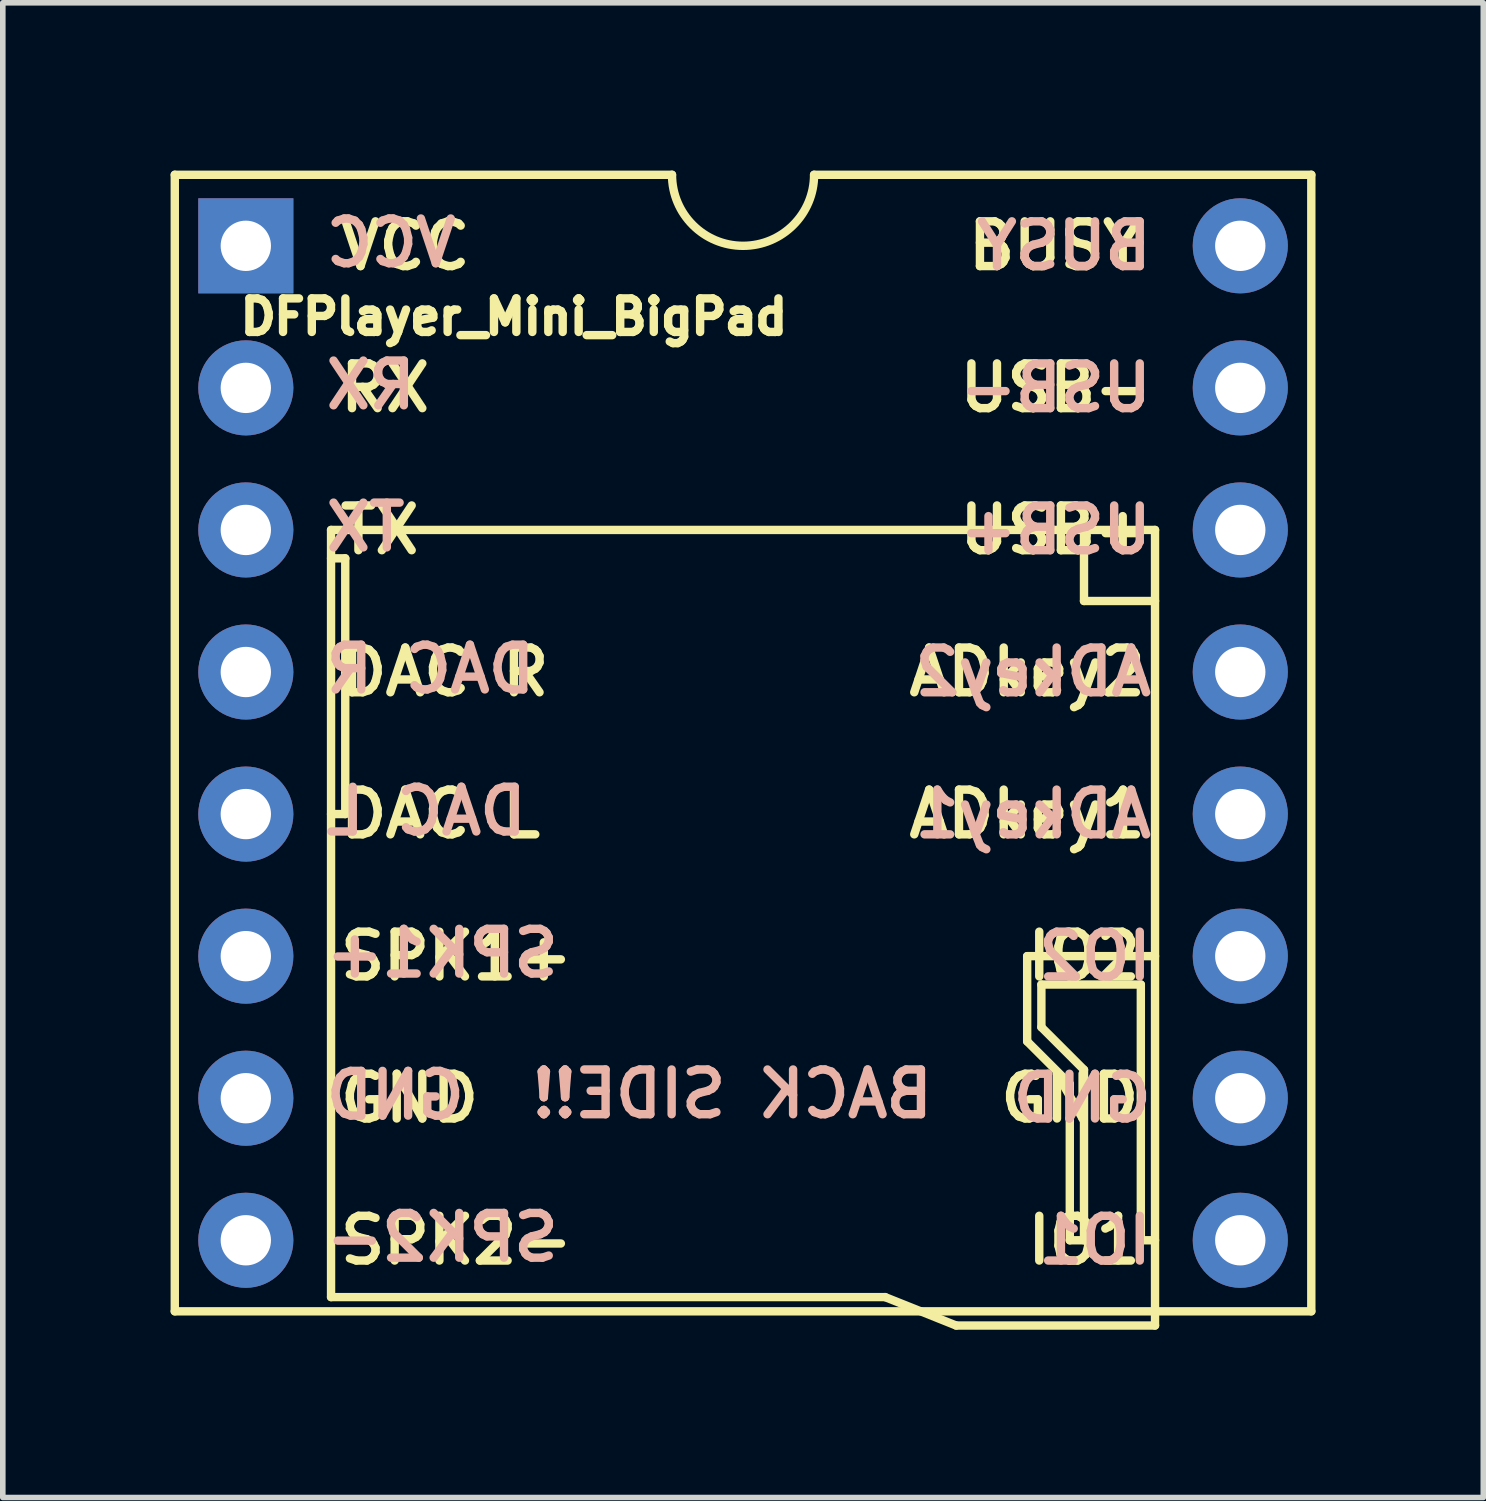
<source format=kicad_pcb>
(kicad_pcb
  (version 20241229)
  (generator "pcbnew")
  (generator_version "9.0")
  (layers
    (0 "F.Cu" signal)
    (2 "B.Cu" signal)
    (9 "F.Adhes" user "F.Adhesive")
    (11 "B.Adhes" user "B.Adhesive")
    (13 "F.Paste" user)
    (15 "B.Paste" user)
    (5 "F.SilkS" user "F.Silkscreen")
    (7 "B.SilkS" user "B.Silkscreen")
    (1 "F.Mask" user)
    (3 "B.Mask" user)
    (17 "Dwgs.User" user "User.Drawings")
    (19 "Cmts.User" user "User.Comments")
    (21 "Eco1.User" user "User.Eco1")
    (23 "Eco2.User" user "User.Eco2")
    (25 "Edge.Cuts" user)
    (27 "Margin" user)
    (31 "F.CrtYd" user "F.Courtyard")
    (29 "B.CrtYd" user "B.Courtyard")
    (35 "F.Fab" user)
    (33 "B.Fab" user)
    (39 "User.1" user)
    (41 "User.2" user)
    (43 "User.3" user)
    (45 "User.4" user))
  (footprint "DFPlayer_Mini_BigPad"
    (layer "F.Cu")
    (at 10.235 11.505)
    (property "Reference" "DFPlayer_Mini_BigPad" (at -4.096 -8.89 0) (layer "F.SilkS") (effects (font (size 0.6 0.6) (thickness 0.15))))
    (attr through_hole)
    (fp_line (start -10.16 8.89) (end -10.16 -11.43) (stroke (width 0.15) (type solid)) (layer "F.SilkS"))
    (fp_line (start -10.16 8.89) (end 10.16 8.89) (stroke (width 0.15) (type solid)) (layer "F.SilkS"))
    (fp_line (start -7.366 -5.08) (end -7.366 8.636) (stroke (width 0.15) (type solid)) (layer "F.SilkS"))
    (fp_line (start -7.366 -5.08) (end 7.366 -5.08) (stroke (width 0.15) (type solid)) (layer "F.SilkS"))
    (fp_line (start -7.366 -4.572) (end -7.112 -4.572) (stroke (width 0.15) (type solid)) (layer "F.SilkS"))
    (fp_line (start -7.366 8.636) (end 2.54 8.636) (stroke (width 0.15) (type solid)) (layer "F.SilkS"))
    (fp_line (start -7.112 -4.572) (end -7.112 0) (stroke (width 0.15) (type solid)) (layer "F.SilkS"))
    (fp_line (start -7.112 0) (end -7.366 0) (stroke (width 0.15) (type solid)) (layer "F.SilkS"))
    (fp_line (start -1.27 -11.43) (end -10.16 -11.43) (stroke (width 0.15) (type solid)) (layer "F.SilkS"))
    (fp_line (start 3.81 9.144) (end 2.54 8.636) (stroke (width 0.15) (type solid)) (layer "F.SilkS"))
    (fp_line (start 3.81 9.144) (end 7.366 9.144) (stroke (width 0.15) (type solid)) (layer "F.SilkS"))
    (fp_line (start 5.08 4.064) (end 5.08 2.54) (stroke (width 0.15) (type solid)) (layer "F.SilkS"))
    (fp_line (start 5.334 3.048) (end 5.334 3.81) (stroke (width 0.15) (type solid)) (layer "F.SilkS"))
    (fp_line (start 5.334 3.81) (end 6.096 4.572) (stroke (width 0.15) (type solid)) (layer "F.SilkS"))
    (fp_line (start 5.842 4.826) (end 5.08 4.064) (stroke (width 0.15) (type solid)) (layer "F.SilkS"))
    (fp_line (start 5.842 7.62) (end 5.842 4.826) (stroke (width 0.15) (type solid)) (layer "F.SilkS"))
    (fp_line (start 6.096 -3.81) (end 6.096 -5.08) (stroke (width 0.15) (type solid)) (layer "F.SilkS"))
    (fp_line (start 6.096 4.572) (end 6.096 7.62) (stroke (width 0.15) (type solid)) (layer "F.SilkS"))
    (fp_line (start 6.096 7.62) (end 5.842 7.62) (stroke (width 0.15) (type solid)) (layer "F.SilkS"))
    (fp_line (start 7.112 3.048) (end 5.334 3.048) (stroke (width 0.15) (type solid)) (layer "F.SilkS"))
    (fp_line (start 7.112 7.62) (end 7.112 3.048) (stroke (width 0.15) (type solid)) (layer "F.SilkS"))
    (fp_line (start 7.366 -5.08) (end 7.366 9.144) (stroke (width 0.15) (type solid)) (layer "F.SilkS"))
    (fp_line (start 7.366 -3.81) (end 6.096 -3.81) (stroke (width 0.15) (type solid)) (layer "F.SilkS"))
    (fp_line (start 7.366 2.54) (end 5.08 2.54) (stroke (width 0.15) (type solid)) (layer "F.SilkS"))
    (fp_line (start 7.366 7.62) (end 7.112 7.62) (stroke (width 0.15) (type solid)) (layer "F.SilkS"))
    (fp_line (start 10.16 -11.43) (end 1.27 -11.43) (stroke (width 0.15) (type solid)) (layer "F.SilkS"))
    (fp_line (start 10.16 -11.43) (end 10.16 8.89) (stroke (width 0.15) (type solid)) (layer "F.SilkS"))
    (fp_arc (start 1.27 -11.43) (mid 0 -10.16) (end -1.27 -11.43) (stroke (width 0.15) (type solid)) (layer "F.SilkS"))
    (fp_text user "TX" (at -6.496 -5.08 0) (layer "F.SilkS") (effects (font (size 0.8 0.8) (thickness 0.15))))
    (fp_text user "USB-" (at 5.588 -7.62 0) (layer "F.SilkS") (effects (font (size 0.8 0.8) (thickness 0.15))))
    (fp_text user "GND" (at 5.842 5.08 0) (layer "F.SilkS") (effects (font (size 0.8 0.8) (thickness 0.15))))
    (fp_text user "ADkey2" (at 5.08 -2.54 0) (layer "F.SilkS") (effects (font (size 0.8 0.8) (thickness 0.15))))
    (fp_text user "ADkey1" (at 5.08 0 0) (layer "F.SilkS") (effects (font (size 0.8 0.8) (thickness 0.15))))
    (fp_text user "BUSY" (at 5.588 -10.16 0) (layer "F.SilkS") (effects (font (size 0.8 0.8) (thickness 0.15))))
    (fp_text user "VCC" (at -6.039 -10.16 0) (layer "F.SilkS") (effects (font (size 0.8 0.8) (thickness 0.15))))
    (fp_text user "IO1" (at 6.096 7.62 0) (layer "F.SilkS") (effects (font (size 0.8 0.8) (thickness 0.15))))
    (fp_text user "DAC L" (at -5.41 0 0) (layer "F.SilkS") (effects (font (size 0.8 0.8) (thickness 0.15))))
    (fp_text user "IO2" (at 6.096 2.54 0) (layer "F.SilkS") (effects (font (size 0.8 0.8) (thickness 0.15))))
    (fp_text user "DAC R" (at -5.334 -2.54 0) (layer "F.SilkS") (effects (font (size 0.8 0.8) (thickness 0.15))))
    (fp_text user "GND" (at -5.963 5.08 0) (layer "F.SilkS") (effects (font (size 0.8 0.8) (thickness 0.15))))
    (fp_text user "SPK2-" (at -5.124 7.62 0) (layer "F.SilkS") (effects (font (size 0.8 0.8) (thickness 0.15))))
    (fp_text user "SPK1+" (at -5.124 2.54 0) (layer "F.SilkS") (effects (font (size 0.8 0.8) (thickness 0.15))))
    (fp_text user "USB+" (at 5.588 -5.08 0) (layer "F.SilkS") (effects (font (size 0.8 0.8) (thickness 0.15))))
    (fp_text user "RX" (at -6.401 -7.62 0) (layer "F.SilkS") (effects (font (size 0.8 0.8) (thickness 0.15))))
    (fp_text user "DAC R" (at -5.588 -2.591 0) (layer "B.SilkS") (effects (font (size 0.8 0.8) (thickness 0.15)) (justify mirror)))
    (fp_text user "IO1" (at 6.293 7.62 0) (layer "B.SilkS") (effects (font (size 0.8 0.8) (thickness 0.15)) (justify mirror)))
    (fp_text user "ADkey1" (at 5.188 0 0) (layer "B.SilkS") (effects (font (size 0.8 0.8) (thickness 0.15)) (justify mirror)))
    (fp_text user "ADkey2" (at 5.188 -2.54 0) (layer "B.SilkS") (effects (font (size 0.8 0.8) (thickness 0.15)) (justify mirror)))
    (fp_text user "SPK2-" (at -5.379 7.569 0) (layer "B.SilkS") (effects (font (size 0.8 0.8) (thickness 0.15)) (justify mirror)))
    (fp_text user "USB+" (at 5.588 -5.08 0) (layer "B.SilkS") (effects (font (size 0.8 0.8) (thickness 0.15)) (justify mirror)))
    (fp_text user "IO2" (at 6.293 2.54 0) (layer "B.SilkS") (effects (font (size 0.8 0.8) (thickness 0.15)) (justify mirror)))
    (fp_text user "GND" (at -6.217 5.029 0) (layer "B.SilkS") (effects (font (size 0.8 0.8) (thickness 0.15)) (justify mirror)))
    (fp_text user "BUSY" (at 5.74 -10.16 0) (layer "B.SilkS") (effects (font (size 0.8 0.8) (thickness 0.15)) (justify mirror)))
    (fp_text user "DAC L" (at -5.664 -0.051 0) (layer "B.SilkS") (effects (font (size 0.8 0.8) (thickness 0.15)) (justify mirror)))
    (fp_text user "RX" (at -6.655 -7.671 0) (layer "B.SilkS") (effects (font (size 0.8 0.8) (thickness 0.15)) (justify mirror)))
    (fp_text user "BACK SIDE!!" (at -0.191 5.004 0) (layer "B.SilkS") (effects (font (size 0.8 0.8) (thickness 0.15)) (justify mirror)))
    (fp_text user "GND" (at 6.064 5.08 0) (layer "B.SilkS") (effects (font (size 0.8 0.8) (thickness 0.15)) (justify mirror)))
    (fp_text user "VCC" (at -6.293 -10.211 0) (layer "B.SilkS") (effects (font (size 0.8 0.8) (thickness 0.15)) (justify mirror)))
    (fp_text user "USB-" (at 5.588 -7.62 0) (layer "B.SilkS") (effects (font (size 0.8 0.8) (thickness 0.15)) (justify mirror)))
    (fp_text user "TX" (at -6.75 -5.131 0) (layer "B.SilkS") (effects (font (size 0.8 0.8) (thickness 0.15)) (justify mirror)))
    (fp_text user "SPK1+" (at -5.379 2.489 0) (layer "B.SilkS") (effects (font (size 0.8 0.8) (thickness 0.15)) (justify mirror)))
    (pad "1" thru_hole rect (at -8.89 -10.16) (size 1.7 1.7) (drill 0.9) (layers "*.Cu" "*.Mask"))
    (pad "2" thru_hole circle (at -8.89 -7.62) (size 1.7 1.7) (drill 0.9) (layers "*.Cu" "*.Mask"))
    (pad "3" thru_hole circle (at -8.89 -5.08) (size 1.7 1.7) (drill 0.9) (layers "*.Cu" "*.Mask"))
    (pad "4" thru_hole circle (at -8.89 -2.54) (size 1.7 1.7) (drill 0.9) (layers "*.Cu" "*.Mask"))
    (pad "5" thru_hole circle (at -8.89 0) (size 1.7 1.7) (drill 0.9) (layers "*.Cu" "*.Mask"))
    (pad "6" thru_hole circle (at -8.89 2.54) (size 1.7 1.7) (drill 0.9) (layers "*.Cu" "*.Mask"))
    (pad "7" thru_hole circle (at -8.89 5.08) (size 1.7 1.7) (drill 0.9) (layers "*.Cu" "*.Mask"))
    (pad "8" thru_hole circle (at -8.89 7.62) (size 1.7 1.7) (drill 0.9) (layers "*.Cu" "*.Mask"))
    (pad "9" thru_hole circle (at 8.89 7.62) (size 1.7 1.7) (drill 0.9) (layers "*.Cu" "*.Mask"))
    (pad "10" thru_hole circle (at 8.89 5.08) (size 1.7 1.7) (drill 0.9) (layers "*.Cu" "*.Mask"))
    (pad "11" thru_hole circle (at 8.89 2.54) (size 1.7 1.7) (drill 0.9) (layers "*.Cu" "*.Mask"))
    (pad "12" thru_hole circle (at 8.89 0) (size 1.7 1.7) (drill 0.9) (layers "*.Cu" "*.Mask"))
    (pad "13" thru_hole circle (at 8.89 -2.54) (size 1.7 1.7) (drill 0.9) (layers "*.Cu" "*.Mask"))
    (pad "14" thru_hole circle (at 8.89 -5.08) (size 1.7 1.7) (drill 0.9) (layers "*.Cu" "*.Mask"))
    (pad "15" thru_hole circle (at 8.89 -7.62) (size 1.7 1.7) (drill 0.9) (layers "*.Cu" "*.Mask"))
    (pad "16" thru_hole circle (at 8.89 -10.16) (size 1.7 1.7) (drill 0.9) (layers "*.Cu" "*.Mask")))
  (gr_rect
    (start -3 -3)
    (end 23.47 23.724)
    (stroke (width 0.1) (type default))
    (fill no)
    (layer "Edge.Cuts")))
</source>
